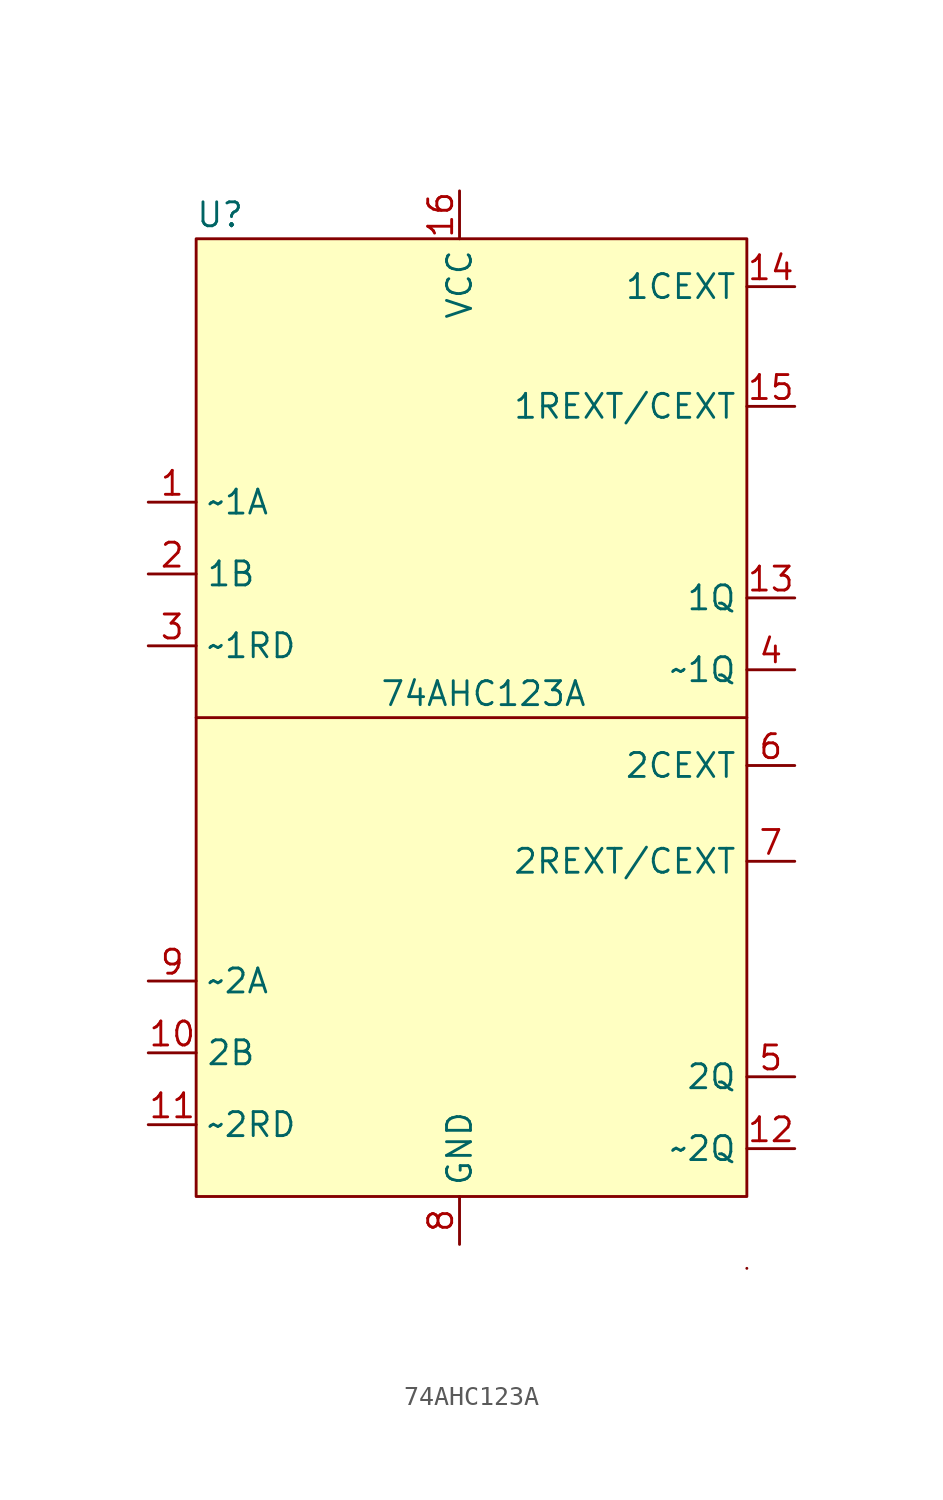
<source format=kicad_sym>
(kicad_symbol_lib
  (version 20210619)
  (generator kicad_symbol_editor)
  (symbol "74AHC123A:74AHC123A"
    (property "Reference" "U"
      (at -12.7 30.48 0)
      (effects (font (size 1.27 1.27))))
    (property "Value" "74AHC123A"
      (at 1.27 5.08 0)
      (effects (font (size 1.27 1.27))))
    (symbol "74AHC123A_0_1"
      (rectangle (start 15.24 -25.4) (end 15.24 -25.4) (stroke (width 0.152)) (fill (type none)))
      (rectangle (start -13.97 29.21) (end 15.24 -21.59) (stroke (width 0.152)) (fill (type background)))
      (polyline (pts (xy -13.97 3.81) (xy 15.24 3.81)) (stroke (width 0.152)) (fill (type none))))
    (symbol "74AHC123A_1_1"
      (pin input line (at -16.51 15.24 0) (length 2.54) (name "~1A" (effects (font (size 1.27 1.27)))) (number "1" (effects (font (size 1.27 1.27)))))
      (pin input line (at -16.51 -13.97 0) (length 2.54) (name "2B" (effects (font (size 1.27 1.27)))) (number "10" (effects (font (size 1.27 1.27)))))
      (pin input line (at -16.51 -17.78 0) (length 2.54) (name "~2RD" (effects (font (size 1.27 1.27)))) (number "11" (effects (font (size 1.27 1.27)))))
      (pin output line (at 17.78 -19.05 180) (length 2.54) (name "~2Q" (effects (font (size 1.27 1.27)))) (number "12" (effects (font (size 1.27 1.27)))))
      (pin output line (at 17.78 10.16 180) (length 2.54) (name "1Q" (effects (font (size 1.27 1.27)))) (number "13" (effects (font (size 1.27 1.27)))))
      (pin input line (at 17.78 26.67 180) (length 2.54) (name "1CEXT" (effects (font (size 1.27 1.27)))) (number "14" (effects (font (size 1.27 1.27)))))
      (pin input line (at 17.78 20.32 180) (length 2.54) (name "1REXT/CEXT" (effects (font (size 1.27 1.27)))) (number "15" (effects (font (size 1.27 1.27)))))
      (pin power_in line (at 0 31.75 270) (length 2.54) (name "VCC" (effects (font (size 1.27 1.27)))) (number "16" (effects (font (size 1.27 1.27)))))
      (pin input line (at -16.51 11.43 0) (length 2.54) (name "1B" (effects (font (size 1.27 1.27)))) (number "2" (effects (font (size 1.27 1.27)))))
      (pin input line (at -16.51 7.62 0) (length 2.54) (name "~1RD" (effects (font (size 1.27 1.27)))) (number "3" (effects (font (size 1.27 1.27)))))
      (pin output line (at 17.78 6.35 180) (length 2.54) (name "~1Q" (effects (font (size 1.27 1.27)))) (number "4" (effects (font (size 1.27 1.27)))))
      (pin output line (at 17.78 -15.24 180) (length 2.54) (name "2Q" (effects (font (size 1.27 1.27)))) (number "5" (effects (font (size 1.27 1.27)))))
      (pin input line (at 17.78 1.27 180) (length 2.54) (name "2CEXT" (effects (font (size 1.27 1.27)))) (number "6" (effects (font (size 1.27 1.27)))))
      (pin input line (at 17.78 -3.81 180) (length 2.54) (name "2REXT/CEXT" (effects (font (size 1.27 1.27)))) (number "7" (effects (font (size 1.27 1.27)))))
      (pin input line (at 0 -24.13 90) (length 2.54) (name "GND" (effects (font (size 1.27 1.27)))) (number "8" (effects (font (size 1.27 1.27)))))
      (pin input line (at -16.51 -10.16 0) (length 2.54) (name "~2A" (effects (font (size 1.27 1.27)))) (number "9" (effects (font (size 1.27 1.27))))))))
</source>
